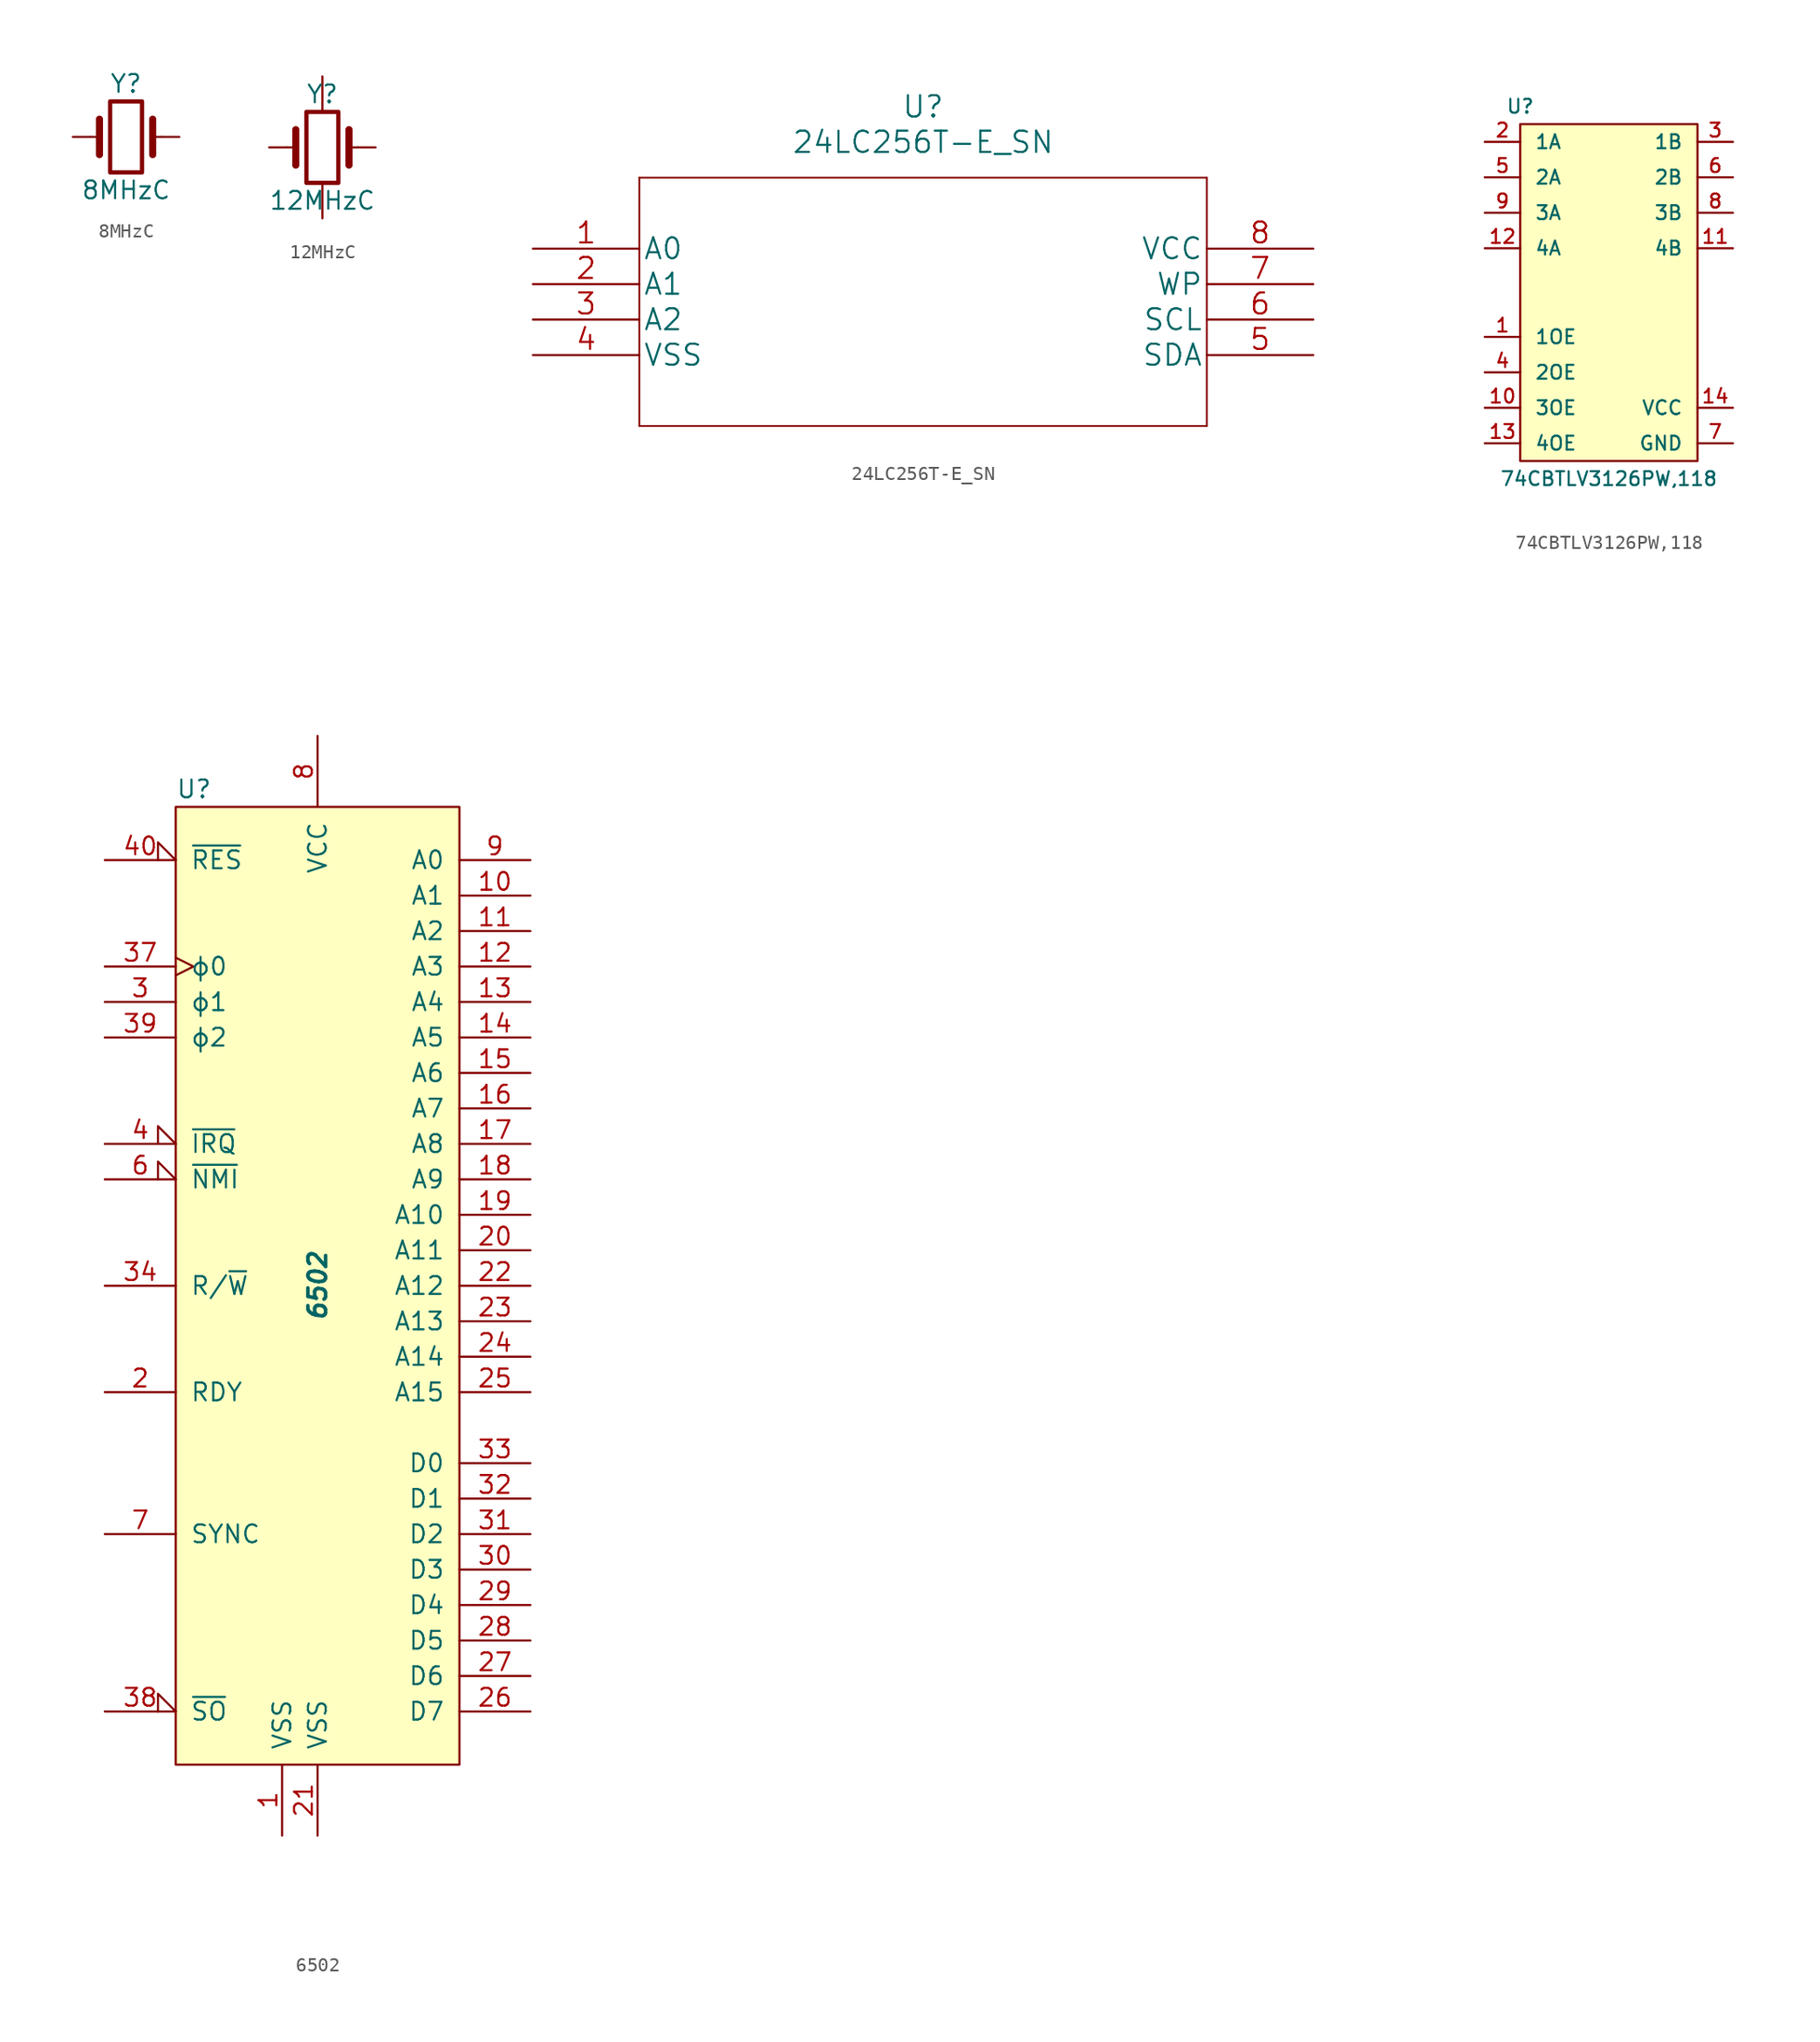
<source format=kicad_sym>
(kicad_symbol_lib
  (version 20241209)
  (generator "kicad_symbol_editor")
  (generator_version "9.0")
  (symbol "8MHzC"
    (pin_numbers
      (hide yes))
    (pin_names
      (offset 1.016)
      (hide yes))
    (property "Reference" "Y"
      (at 0 3.81 0)
      (effects (font (size 1.27 1.27))))
    (property "Value" "8MHzC"
      (at 0 -3.81 0)
      (effects (font (size 1.27 1.27))))
    (symbol "8MHzC_0_1"
      (polyline (pts (xy -2.54 0) (xy -1.905 0)) (stroke (width 0) (type solid)) (fill (type none)))
      (polyline (pts (xy -1.905 -1.27) (xy -1.905 1.27)) (stroke (width 0.508) (type solid)) (fill (type none)))
      (rectangle (start -1.143 2.54) (end 1.143 -2.54) (stroke (width 0.305) (type solid)) (fill (type none)))
      (polyline (pts (xy 1.905 -1.27) (xy 1.905 1.27)) (stroke (width 0.508) (type solid)) (fill (type none)))
      (polyline (pts (xy 2.54 0) (xy 1.905 0)) (stroke (width 0) (type solid)) (fill (type none))))
    (symbol "8MHzC_1_1"
      (pin passive line (at -3.81 0 0) (length 1.27) (name "1" (effects (font (size 1.27 1.27)))) (number "1" (effects (font (size 1.27 1.27)))))
      (pin passive line (at 3.81 0 180) (length 1.27) (name "2" (effects (font (size 1.27 1.27)))) (number "2" (effects (font (size 1.27 1.27)))))))
  (symbol "12MHzC"
    (pin_numbers
      (hide yes))
    (pin_names
      (offset 1.016)
      (hide yes))
    (property "Reference" "Y"
      (at 0 3.81 0)
      (effects (font (size 1.27 1.27))))
    (property "Value" "12MHzC"
      (at 0 -3.81 0)
      (effects (font (size 1.27 1.27))))
    (symbol "12MHzC_0_1"
      (polyline (pts (xy -2.54 0) (xy -1.905 0)) (stroke (width 0) (type solid)) (fill (type none)))
      (polyline (pts (xy -1.905 -1.27) (xy -1.905 1.27)) (stroke (width 0.508) (type solid)) (fill (type none)))
      (rectangle (start -1.143 2.54) (end 1.143 -2.54) (stroke (width 0.305) (type solid)) (fill (type none)))
      (polyline (pts (xy 1.905 -1.27) (xy 1.905 1.27)) (stroke (width 0.508) (type solid)) (fill (type none)))
      (polyline (pts (xy 2.54 0) (xy 1.905 0)) (stroke (width 0) (type solid)) (fill (type none))))
    (symbol "12MHzC_1_1"
      (pin passive line (at -3.81 0 0) (length 1.27) (name "OSC1" (effects (font (size 1.27 1.27)))) (number "1" (effects (font (size 1.27 1.27)))))
      (pin power_in line (at 0 5.08 270) (length 2.54) (name "GND" (effects (font (size 1.27 1.27)))) (number "4" (effects (font (size 1.27 1.27)))))
      (pin power_in line (at 0 -5.08 90) (length 2.54) (name "GND" (effects (font (size 1.27 1.27)))) (number "2" (effects (font (size 1.27 1.27)))))
      (pin passive line (at 3.81 0 180) (length 1.27) (name "OSC3" (effects (font (size 1.27 1.27)))) (number "3" (effects (font (size 1.27 1.27)))))))
  (symbol "24LC256T-E_SN"
    (pin_names
      (offset 0.254))
    (property "Reference" "U"
      (at 27.94 10.16 0)
      (effects (font (size 1.524 1.524))))
    (property "Value" "24LC256T-E_SN"
      (at 27.94 7.62 0)
      (effects (font (size 1.524 1.524))))
    (property "Datasheet" ""
      (at 0 0 0)
      (effects (font (size 1.524 1.524))))
    (property "ki_locked" ""
      (at 0 0 0)
      (effects (font (size 1.27 1.27))))
    (symbol "24LC256T-E_SN_1_1"
      (polyline (pts (xy 7.62 5.08) (xy 7.62 -12.7)) (stroke (width 0.127) (type solid)) (fill (type none)))
      (polyline (pts (xy 7.62 -12.7) (xy 48.26 -12.7)) (stroke (width 0.127) (type solid)) (fill (type none)))
      (polyline (pts (xy 48.26 5.08) (xy 7.62 5.08)) (stroke (width 0.127) (type solid)) (fill (type none)))
      (polyline (pts (xy 48.26 -12.7) (xy 48.26 5.08)) (stroke (width 0.127) (type solid)) (fill (type none)))
      (pin input line (at 0 0 0) (length 7.62) (name "A0" (effects (font (size 1.499 1.499)))) (number "1" (effects (font (size 1.499 1.499)))))
      (pin input line (at 0 -2.54 0) (length 7.62) (name "A1" (effects (font (size 1.499 1.499)))) (number "2" (effects (font (size 1.499 1.499)))))
      (pin input line (at 0 -5.08 0) (length 7.62) (name "A2" (effects (font (size 1.499 1.499)))) (number "3" (effects (font (size 1.499 1.499)))))
      (pin unspecified line (at 0 -7.62 0) (length 7.62) (name "VSS" (effects (font (size 1.499 1.499)))) (number "4" (effects (font (size 1.499 1.499)))))
      (pin unspecified line (at 55.88 0 180) (length 7.62) (name "VCC" (effects (font (size 1.499 1.499)))) (number "8" (effects (font (size 1.499 1.499)))))
      (pin input line (at 55.88 -2.54 180) (length 7.62) (name "WP" (effects (font (size 1.499 1.499)))) (number "7" (effects (font (size 1.499 1.499)))))
      (pin input line (at 55.88 -5.08 180) (length 7.62) (name "SCL" (effects (font (size 1.499 1.499)))) (number "6" (effects (font (size 1.499 1.499)))))
      (pin bidirectional line (at 55.88 -7.62 180) (length 7.62) (name "SDA" (effects (font (size 1.499 1.499)))) (number "5" (effects (font (size 1.499 1.499)))))))
  (symbol "74CBTLV3126PW,118"
    (pin_names
      (offset 1.016))
    (property "Reference" "U"
      (at -6.35 10.16 0)
      (effects (font (size 0.991 0.991))))
    (property "Value" "74CBTLV3126PW,118"
      (at 0 -16.51 0)
      (effects (font (size 0.991 0.991))))
    (symbol "74CBTLV3126PW,118_0_1"
      (rectangle (start -6.35 8.89) (end 6.35 -15.24) (stroke (width 0) (type solid)) (fill (type background))))
    (symbol "74CBTLV3126PW,118_1_1"
      (pin bidirectional line (at -8.89 7.62 0) (length 2.54) (name "1A" (effects (font (size 0.991 0.991)))) (number "2" (effects (font (size 0.991 0.991)))))
      (pin bidirectional line (at -8.89 5.08 0) (length 2.54) (name "2A" (effects (font (size 0.991 0.991)))) (number "5" (effects (font (size 0.991 0.991)))))
      (pin bidirectional line (at -8.89 2.54 0) (length 2.54) (name "3A" (effects (font (size 0.991 0.991)))) (number "9" (effects (font (size 0.991 0.991)))))
      (pin bidirectional line (at -8.89 0 0) (length 2.54) (name "4A" (effects (font (size 0.991 0.991)))) (number "12" (effects (font (size 0.991 0.991)))))
      (pin input line (at -8.89 -6.35 0) (length 2.54) (name "1OE" (effects (font (size 0.991 0.991)))) (number "1" (effects (font (size 0.991 0.991)))))
      (pin input line (at -8.89 -8.89 0) (length 2.54) (name "2OE" (effects (font (size 0.991 0.991)))) (number "4" (effects (font (size 0.991 0.991)))))
      (pin input line (at -8.89 -11.43 0) (length 2.54) (name "3OE" (effects (font (size 0.991 0.991)))) (number "10" (effects (font (size 0.991 0.991)))))
      (pin input line (at -8.89 -13.97 0) (length 2.54) (name "4OE" (effects (font (size 0.991 0.991)))) (number "13" (effects (font (size 0.991 0.991)))))
      (pin bidirectional line (at 8.89 7.62 180) (length 2.54) (name "1B" (effects (font (size 0.991 0.991)))) (number "3" (effects (font (size 0.991 0.991)))))
      (pin bidirectional line (at 8.89 5.08 180) (length 2.54) (name "2B" (effects (font (size 0.991 0.991)))) (number "6" (effects (font (size 0.991 0.991)))))
      (pin bidirectional line (at 8.89 2.54 180) (length 2.54) (name "3B" (effects (font (size 0.991 0.991)))) (number "8" (effects (font (size 0.991 0.991)))))
      (pin bidirectional line (at 8.89 0 180) (length 2.54) (name "4B" (effects (font (size 0.991 0.991)))) (number "11" (effects (font (size 0.991 0.991)))))
      (pin power_in line (at 8.89 -11.43 180) (length 2.54) (name "VCC" (effects (font (size 0.991 0.991)))) (number "14" (effects (font (size 0.991 0.991)))))
      (pin power_in line (at 8.89 -13.97 180) (length 2.54) (name "GND" (effects (font (size 0.991 0.991)))) (number "7" (effects (font (size 0.991 0.991)))))))
  (symbol "6502"
    (pin_names
      (offset 1.016))
    (property "Reference" "U"
      (at -10.16 35.56 0)
      (effects (font (size 1.27 1.27)) (justify left)))
    (property "Value" "6502"
      (at 0 0 90)
      (effects (font (size 1.27 1.27) (bold yes) (italic yes))))
    (symbol "6502_0_1"
      (rectangle (start -10.16 34.29) (end 10.16 -34.29) (stroke (width 0) (type solid)) (fill (type background))))
    (symbol "6502_1_1"
      (pin input input_low (at -15.24 30.48 0) (length 5.08) (name "~{RES}" (effects (font (size 1.27 1.27)))) (number "40" (effects (font (size 1.27 1.27)))))
      (pin input clock (at -15.24 22.86 0) (length 5.08) (name "ϕ0" (effects (font (size 1.27 1.27)))) (number "37" (effects (font (size 1.27 1.27)))))
      (pin output line (at -15.24 20.32 0) (length 5.08) (name "ϕ1" (effects (font (size 1.27 1.27)))) (number "3" (effects (font (size 1.27 1.27)))))
      (pin output line (at -15.24 17.78 0) (length 5.08) (name "ϕ2" (effects (font (size 1.27 1.27)))) (number "39" (effects (font (size 1.27 1.27)))))
      (pin input input_low (at -15.24 10.16 0) (length 5.08) (name "~{IRQ}" (effects (font (size 1.27 1.27)))) (number "4" (effects (font (size 1.27 1.27)))))
      (pin input input_low (at -15.24 7.62 0) (length 5.08) (name "~{NMI}" (effects (font (size 1.27 1.27)))) (number "6" (effects (font (size 1.27 1.27)))))
      (pin output line (at -15.24 0 0) (length 5.08) (name "R/~{W}" (effects (font (size 1.27 1.27)))) (number "34" (effects (font (size 1.27 1.27)))))
      (pin input line (at -15.24 -7.62 0) (length 5.08) (name "RDY" (effects (font (size 1.27 1.27)))) (number "2" (effects (font (size 1.27 1.27)))))
      (pin output line (at -15.24 -17.78 0) (length 5.08) (name "SYNC" (effects (font (size 1.27 1.27)))) (number "7" (effects (font (size 1.27 1.27)))))
      (pin input input_low (at -15.24 -30.48 0) (length 5.08) (name "~{SO}" (effects (font (size 1.27 1.27)))) (number "38" (effects (font (size 1.27 1.27)))))
      (pin no_connect non_logic (at -10.16 -22.86 0) (length 2.565) (hide yes) (name "nc" (effects (font (size 1.27 1.27)))) (number "5" (effects (font (size 1.27 1.27)))))
      (pin no_connect non_logic (at -10.16 -25.4 0) (length 2.54) (hide yes) (name "nc" (effects (font (size 1.27 1.27)))) (number "35" (effects (font (size 1.27 1.27)))))
      (pin no_connect non_logic (at -10.16 -27.94 0) (length 2.54) (hide yes) (name "nc" (effects (font (size 1.27 1.27)))) (number "36" (effects (font (size 1.27 1.27)))))
      (pin power_in line (at -2.54 -39.37 90) (length 5.08) (name "VSS" (effects (font (size 1.27 1.27)))) (number "1" (effects (font (size 1.27 1.27)))))
      (pin power_in line (at 0 39.37 270) (length 5.08) (name "VCC" (effects (font (size 1.27 1.27)))) (number "8" (effects (font (size 1.27 1.27)))))
      (pin power_in line (at 0 -39.37 90) (length 5.08) (name "VSS" (effects (font (size 1.27 1.27)))) (number "21" (effects (font (size 1.27 1.27)))))
      (pin output line (at 15.24 30.48 180) (length 5.08) (name "A0" (effects (font (size 1.27 1.27)))) (number "9" (effects (font (size 1.27 1.27)))))
      (pin output line (at 15.24 27.94 180) (length 5.08) (name "A1" (effects (font (size 1.27 1.27)))) (number "10" (effects (font (size 1.27 1.27)))))
      (pin output line (at 15.24 25.4 180) (length 5.08) (name "A2" (effects (font (size 1.27 1.27)))) (number "11" (effects (font (size 1.27 1.27)))))
      (pin output line (at 15.24 22.86 180) (length 5.08) (name "A3" (effects (font (size 1.27 1.27)))) (number "12" (effects (font (size 1.27 1.27)))))
      (pin output line (at 15.24 20.32 180) (length 5.08) (name "A4" (effects (font (size 1.27 1.27)))) (number "13" (effects (font (size 1.27 1.27)))))
      (pin output line (at 15.24 17.78 180) (length 5.08) (name "A5" (effects (font (size 1.27 1.27)))) (number "14" (effects (font (size 1.27 1.27)))))
      (pin output line (at 15.24 15.24 180) (length 5.08) (name "A6" (effects (font (size 1.27 1.27)))) (number "15" (effects (font (size 1.27 1.27)))))
      (pin output line (at 15.24 12.7 180) (length 5.08) (name "A7" (effects (font (size 1.27 1.27)))) (number "16" (effects (font (size 1.27 1.27)))))
      (pin output line (at 15.24 10.16 180) (length 5.08) (name "A8" (effects (font (size 1.27 1.27)))) (number "17" (effects (font (size 1.27 1.27)))))
      (pin output line (at 15.24 7.62 180) (length 5.08) (name "A9" (effects (font (size 1.27 1.27)))) (number "18" (effects (font (size 1.27 1.27)))))
      (pin output line (at 15.24 5.08 180) (length 5.08) (name "A10" (effects (font (size 1.27 1.27)))) (number "19" (effects (font (size 1.27 1.27)))))
      (pin output line (at 15.24 2.54 180) (length 5.08) (name "A11" (effects (font (size 1.27 1.27)))) (number "20" (effects (font (size 1.27 1.27)))))
      (pin output line (at 15.24 0 180) (length 5.08) (name "A12" (effects (font (size 1.27 1.27)))) (number "22" (effects (font (size 1.27 1.27)))))
      (pin output line (at 15.24 -2.54 180) (length 5.08) (name "A13" (effects (font (size 1.27 1.27)))) (number "23" (effects (font (size 1.27 1.27)))))
      (pin output line (at 15.24 -5.08 180) (length 5.08) (name "A14" (effects (font (size 1.27 1.27)))) (number "24" (effects (font (size 1.27 1.27)))))
      (pin output line (at 15.24 -7.62 180) (length 5.08) (name "A15" (effects (font (size 1.27 1.27)))) (number "25" (effects (font (size 1.27 1.27)))))
      (pin bidirectional line (at 15.24 -12.7 180) (length 5.08) (name "D0" (effects (font (size 1.27 1.27)))) (number "33" (effects (font (size 1.27 1.27)))))
      (pin bidirectional line (at 15.24 -15.24 180) (length 5.08) (name "D1" (effects (font (size 1.27 1.27)))) (number "32" (effects (font (size 1.27 1.27)))))
      (pin bidirectional line (at 15.24 -17.78 180) (length 5.08) (name "D2" (effects (font (size 1.27 1.27)))) (number "31" (effects (font (size 1.27 1.27)))))
      (pin bidirectional line (at 15.24 -20.32 180) (length 5.08) (name "D3" (effects (font (size 1.27 1.27)))) (number "30" (effects (font (size 1.27 1.27)))))
      (pin bidirectional line (at 15.24 -22.86 180) (length 5.08) (name "D4" (effects (font (size 1.27 1.27)))) (number "29" (effects (font (size 1.27 1.27)))))
      (pin bidirectional line (at 15.24 -25.4 180) (length 5.08) (name "D5" (effects (font (size 1.27 1.27)))) (number "28" (effects (font (size 1.27 1.27)))))
      (pin bidirectional line (at 15.24 -27.94 180) (length 5.08) (name "D6" (effects (font (size 1.27 1.27)))) (number "27" (effects (font (size 1.27 1.27)))))
      (pin bidirectional line (at 15.24 -30.48 180) (length 5.08) (name "D7" (effects (font (size 1.27 1.27)))) (number "26" (effects (font (size 1.27 1.27))))))))
</source>
